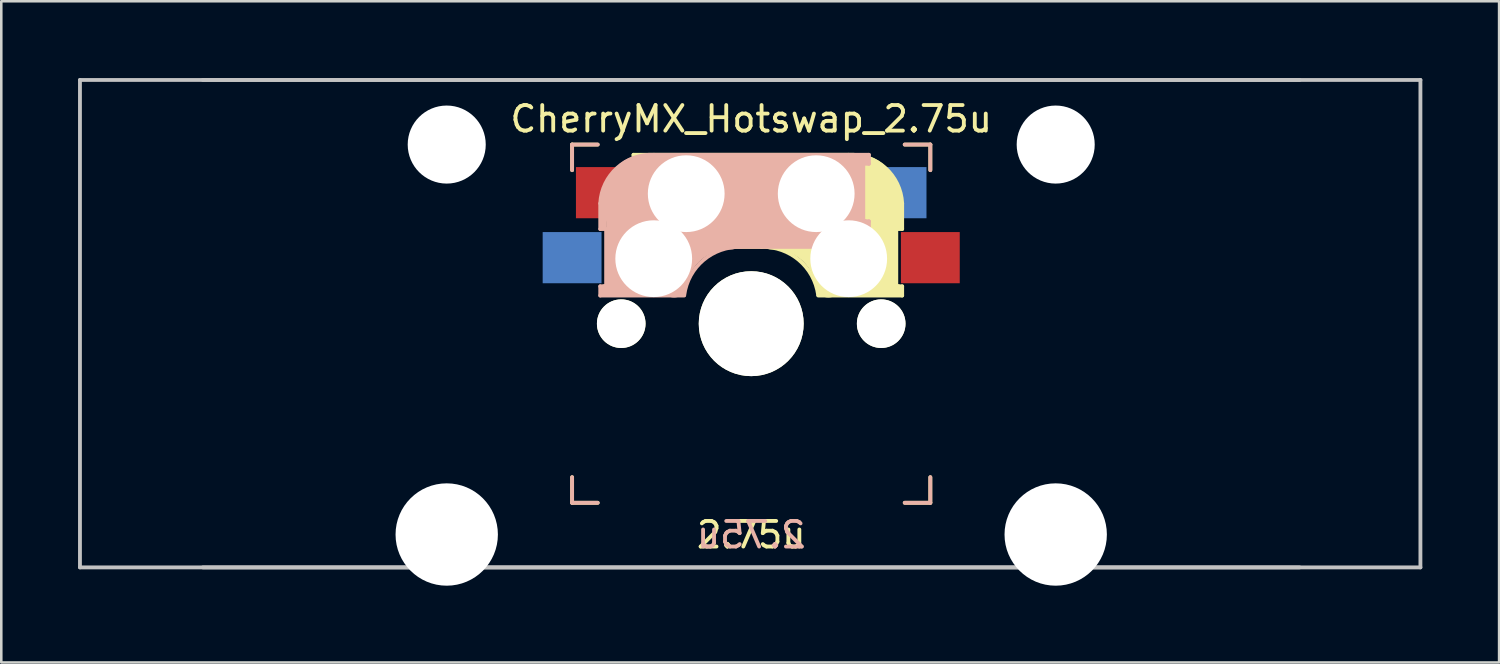
<source format=kicad_pcb>
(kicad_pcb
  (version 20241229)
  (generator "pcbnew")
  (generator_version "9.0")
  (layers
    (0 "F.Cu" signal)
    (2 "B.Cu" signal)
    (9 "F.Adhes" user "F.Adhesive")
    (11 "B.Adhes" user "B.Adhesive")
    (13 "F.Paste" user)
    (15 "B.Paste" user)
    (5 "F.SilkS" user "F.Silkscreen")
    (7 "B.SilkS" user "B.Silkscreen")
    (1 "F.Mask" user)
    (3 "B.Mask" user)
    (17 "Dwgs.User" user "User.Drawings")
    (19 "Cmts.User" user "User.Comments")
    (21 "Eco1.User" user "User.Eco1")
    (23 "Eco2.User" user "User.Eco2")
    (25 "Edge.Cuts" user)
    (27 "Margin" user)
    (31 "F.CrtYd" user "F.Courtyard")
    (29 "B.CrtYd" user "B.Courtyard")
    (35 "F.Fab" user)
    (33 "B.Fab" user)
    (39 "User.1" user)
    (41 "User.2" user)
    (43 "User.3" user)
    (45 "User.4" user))
  (footprint "CherryMX_Hotswap_2.75u"
    (layer "F.Cu")
    (at 26.309 9.6)
    (property "Reference" "CherryMX_Hotswap_2.75u" (at 0 -8 0) (layer "F.SilkS") (effects (font (size 1 1) (thickness 0.15))))
    (attr through_hole)
    (fp_line (start -7 -7) (end -6 -7) (stroke (width 0.15) (type solid)) (layer "F.SilkS"))
    (fp_line (start -7 -6) (end -7 -7) (stroke (width 0.15) (type solid)) (layer "F.SilkS"))
    (fp_line (start -7 6) (end -7 7) (stroke (width 0.15) (type solid)) (layer "F.SilkS"))
    (fp_line (start -7 7) (end -6 7) (stroke (width 0.15) (type solid)) (layer "F.SilkS"))
    (fp_line (start -4.6 -6.6) (end 3.8 -6.6) (stroke (width 0.15) (type solid)) (layer "F.SilkS"))
    (fp_line (start -4.6 -6.25) (end -4.6 -6.6) (stroke (width 0.15) (type solid)) (layer "F.SilkS"))
    (fp_line (start -4.6 -4) (end -4.4 -4) (stroke (width 0.15) (type solid)) (layer "F.SilkS"))
    (fp_line (start -4.6 -3) (end -4.6 -4) (stroke (width 0.15) (type solid)) (layer "F.SilkS"))
    (fp_line (start -4.4 -6.4) (end -3 -6.4) (stroke (width 0.4) (type solid)) (layer "F.SilkS"))
    (fp_line (start -4.4 -6.25) (end -4.6 -6.25) (stroke (width 0.15) (type solid)) (layer "F.SilkS"))
    (fp_line (start -4.4 -3.9) (end -4.4 -3.2) (stroke (width 0.4) (type solid)) (layer "F.SilkS"))
    (fp_line (start -4.38 -4) (end -4.38 -6.25) (stroke (width 0.15) (type solid)) (layer "F.SilkS"))
    (fp_line (start -4.3 -3.3) (end -2.9 -3.3) (stroke (width 0.5) (type solid)) (layer "F.SilkS"))
    (fp_line (start -3.9 -6) (end -3.9 -3.5) (stroke (width 1) (type solid)) (layer "F.SilkS"))
    (fp_line (start -2.6 -4.8) (end 4.1 -4.8) (stroke (width 3.5) (type solid)) (layer "F.SilkS"))
    (fp_line (start 0.4 -3) (end -4.6 -3) (stroke (width 0.15) (type solid)) (layer "F.SilkS"))
    (fp_line (start 4.17 -5.1) (end 4.17 -2.86) (stroke (width 3) (type solid)) (layer "F.SilkS"))
    (fp_line (start 5.3 -1.6) (end 5.3 -3.4) (stroke (width 0.8) (type solid)) (layer "F.SilkS"))
    (fp_line (start 5.67 -3.7) (end 5.67 -1.46) (stroke (width 0.15) (type solid)) (layer "F.SilkS"))
    (fp_line (start 5.7 -1.46) (end 5.9 -1.46) (stroke (width 0.15) (type solid)) (layer "F.SilkS"))
    (fp_line (start 5.7 -1.3) (end 3 -1.3) (stroke (width 0.5) (type solid)) (layer "F.SilkS"))
    (fp_line (start 5.8 -3.8) (end 5.8 -4.7) (stroke (width 0.3) (type solid)) (layer "F.SilkS"))
    (fp_line (start 5.9 -4.7) (end 5.9 -3.7) (stroke (width 0.15) (type solid)) (layer "F.SilkS"))
    (fp_line (start 5.9 -3.7) (end 5.7 -3.7) (stroke (width 0.15) (type solid)) (layer "F.SilkS"))
    (fp_line (start 5.9 -1.1) (end 2.62 -1.1) (stroke (width 0.15) (type solid)) (layer "F.SilkS"))
    (fp_line (start 5.9 -1.1) (end 5.9 -1.46) (stroke (width 0.15) (type solid)) (layer "F.SilkS"))
    (fp_line (start 6 7) (end 7 7) (stroke (width 0.15) (type solid)) (layer "F.SilkS"))
    (fp_line (start 7 -7) (end 6 -7) (stroke (width 0.15) (type solid)) (layer "F.SilkS"))
    (fp_line (start 7 -7) (end 7 -6) (stroke (width 0.15) (type solid)) (layer "F.SilkS"))
    (fp_line (start 7 7) (end 7 6) (stroke (width 0.15) (type solid)) (layer "F.SilkS"))
    (fp_arc (start 0.4 -3) (mid 1.868709 -2.486118) (end 2.616318 -1.121471) (stroke (width 0.15) (type solid)) (layer "F.SilkS"))
    (fp_arc (start 0.8 -3.4) (mid 2.268709 -2.886118) (end 3.016318 -1.521471) (stroke (width 1) (type solid)) (layer "F.SilkS"))
    (fp_arc (start 3.8 -6.600001) (mid 5.243504 -6.084925) (end 5.900001 -4.7) (stroke (width 0.15) (type solid)) (layer "F.SilkS"))
    (fp_line (start -7 -7) (end -6 -7) (stroke (width 0.15) (type solid)) (layer "B.SilkS"))
    (fp_line (start -7 -6) (end -7 -7) (stroke (width 0.15) (type solid)) (layer "B.SilkS"))
    (fp_line (start -7 6) (end -7 7) (stroke (width 0.15) (type solid)) (layer "B.SilkS"))
    (fp_line (start -7 7) (end -6 7) (stroke (width 0.15) (type solid)) (layer "B.SilkS"))
    (fp_line (start -5.9 -4.7) (end -5.9 -3.7) (stroke (width 0.15) (type solid)) (layer "B.SilkS"))
    (fp_line (start -5.9 -3.7) (end -5.7 -3.7) (stroke (width 0.15) (type solid)) (layer "B.SilkS"))
    (fp_line (start -5.9 -1.1) (end -5.9 -1.46) (stroke (width 0.15) (type solid)) (layer "B.SilkS"))
    (fp_line (start -5.9 -1.1) (end -2.62 -1.1) (stroke (width 0.15) (type solid)) (layer "B.SilkS"))
    (fp_line (start -5.8 -3.8) (end -5.8 -4.7) (stroke (width 0.3) (type solid)) (layer "B.SilkS"))
    (fp_line (start -5.7 -1.46) (end -5.9 -1.46) (stroke (width 0.15) (type solid)) (layer "B.SilkS"))
    (fp_line (start -5.7 -1.3) (end -3 -1.3) (stroke (width 0.5) (type solid)) (layer "B.SilkS"))
    (fp_line (start -5.67 -3.7) (end -5.67 -1.46) (stroke (width 0.15) (type solid)) (layer "B.SilkS"))
    (fp_line (start -5.3 -1.6) (end -5.3 -3.4) (stroke (width 0.8) (type solid)) (layer "B.SilkS"))
    (fp_line (start -4.17 -5.1) (end -4.17 -2.86) (stroke (width 3) (type solid)) (layer "B.SilkS"))
    (fp_line (start -0.4 -3) (end 4.6 -3) (stroke (width 0.15) (type solid)) (layer "B.SilkS"))
    (fp_line (start 2.6 -4.8) (end -4.1 -4.8) (stroke (width 3.5) (type solid)) (layer "B.SilkS"))
    (fp_line (start 3.9 -6) (end 3.9 -3.5) (stroke (width 1) (type solid)) (layer "B.SilkS"))
    (fp_line (start 4.3 -3.3) (end 2.9 -3.3) (stroke (width 0.5) (type solid)) (layer "B.SilkS"))
    (fp_line (start 4.38 -4) (end 4.38 -6.25) (stroke (width 0.15) (type solid)) (layer "B.SilkS"))
    (fp_line (start 4.4 -6.4) (end 3 -6.4) (stroke (width 0.4) (type solid)) (layer "B.SilkS"))
    (fp_line (start 4.4 -6.25) (end 4.6 -6.25) (stroke (width 0.15) (type solid)) (layer "B.SilkS"))
    (fp_line (start 4.4 -3.9) (end 4.4 -3.2) (stroke (width 0.4) (type solid)) (layer "B.SilkS"))
    (fp_line (start 4.6 -6.6) (end -3.8 -6.6) (stroke (width 0.15) (type solid)) (layer "B.SilkS"))
    (fp_line (start 4.6 -6.25) (end 4.6 -6.6) (stroke (width 0.15) (type solid)) (layer "B.SilkS"))
    (fp_line (start 4.6 -4) (end 4.4 -4) (stroke (width 0.15) (type solid)) (layer "B.SilkS"))
    (fp_line (start 4.6 -3) (end 4.6 -4) (stroke (width 0.15) (type solid)) (layer "B.SilkS"))
    (fp_line (start 6 7) (end 7 7) (stroke (width 0.15) (type solid)) (layer "B.SilkS"))
    (fp_line (start 7 -7) (end 6 -7) (stroke (width 0.15) (type solid)) (layer "B.SilkS"))
    (fp_line (start 7 -7) (end 7 -6) (stroke (width 0.15) (type solid)) (layer "B.SilkS"))
    (fp_line (start 7 7) (end 7 6) (stroke (width 0.15) (type solid)) (layer "B.SilkS"))
    (fp_arc (start -5.9 -4.699999) (mid -5.243504 -6.084924) (end -3.800001 -6.6) (stroke (width 0.15) (type solid)) (layer "B.SilkS"))
    (fp_arc (start -3.016318 -1.521471) (mid -2.268709 -2.886118) (end -0.8 -3.4) (stroke (width 1) (type solid)) (layer "B.SilkS"))
    (fp_arc (start -2.616318 -1.121471) (mid -1.868709 -2.486118) (end -0.4 -3) (stroke (width 0.15) (type solid)) (layer "B.SilkS"))
    (fp_line (start -26.234 -9.525) (end 26.154 -9.525) (stroke (width 0.15) (type solid)) (layer "Dwgs.User"))
    (fp_line (start -26.234 9.525) (end -26.234 -9.525) (stroke (width 0.15) (type solid)) (layer "Dwgs.User"))
    (fp_line (start -21.431 -9.525) (end 21.431 -9.525) (stroke (width 0.15) (type solid)) (layer "Dwgs.User"))
    (fp_line (start 21.431 9.525) (end -21.431 9.525) (stroke (width 0.15) (type solid)) (layer "Dwgs.User"))
    (fp_line (start 26.154 -9.525) (end 26.154 9.525) (stroke (width 0.15) (type solid)) (layer "Dwgs.User"))
    (fp_line (start 26.154 9.525) (end -26.234 9.525) (stroke (width 0.15) (type solid)) (layer "Dwgs.User"))
    (fp_text user "2.75u" (at 0 8.255 0) (layer "F.SilkS") (effects (font (size 1 1) (thickness 0.15))))
    (fp_text user "2.75u" (at 0 8.255 0) (layer "B.SilkS") (effects (font (size 1 1) (thickness 0.15)) (justify mirror)))
    (pad "" np_thru_hole circle (at -11.9 -7) (size 3.05 3.05) (drill 3.05) (layers "*.Cu" "*.Mask"))
    (pad "" np_thru_hole circle (at -11.9 8.24) (size 4 4) (drill 4) (layers "*.Cu" "*.Mask"))
    (pad "" np_thru_hole circle (at -5.08 0) (size 1.9 1.9) (drill 1.9) (layers "*.Cu" "*.Mask" "F.SilkS"))
    (pad "" np_thru_hole circle (at -3.81 -2.54 180) (size 3 3) (drill 3) (layers "*.Cu" "*.Mask"))
    (pad "" np_thru_hole circle (at -2.54 -5.08 180) (size 3 3) (drill 3) (layers "*.Cu" "*.Mask"))
    (pad "" np_thru_hole circle (at 0 0 90) (size 4.1 4.1) (drill 4.1) (layers "*.Cu" "*.Mask" "F.SilkS"))
    (pad "" np_thru_hole circle (at 2.54 -5.08 180) (size 3 3) (drill 3) (layers "*.Cu" "*.Mask"))
    (pad "" np_thru_hole circle (at 3.81 -2.54 180) (size 3 3) (drill 3) (layers "*.Cu" "*.Mask"))
    (pad "" np_thru_hole circle (at 5.08 0) (size 1.9 1.9) (drill 1.9) (layers "*.Cu" "*.Mask" "F.SilkS"))
    (pad "" np_thru_hole circle (at 11.9 -7) (size 3.05 3.05) (drill 3.05) (layers "*.Cu" "*.Mask"))
    (pad "" np_thru_hole circle (at 11.9 8.24) (size 4 4) (drill 4) (layers "*.Cu" "*.Mask"))
    (pad "1" smd rect (at -7 -2.58 180) (size 2.3 2) (layers "B.Cu" "B.Mask" "B.Paste"))
    (pad "1" smd rect (at 7 -2.58 180) (size 2.3 2) (layers "F.Cu" "F.Mask" "F.Paste"))
    (pad "2" smd rect (at -5.7 -5.12 180) (size 2.3 2) (layers "F.Cu" "F.Mask" "F.Paste"))
    (pad "2" smd rect (at 5.7 -5.12 180) (size 2.3 2) (layers "B.Cu" "B.Mask" "B.Paste")))
  (gr_rect
    (start -3 -3)
    (end 55.538 22.84)
    (stroke (width 0.1) (type default))
    (fill no)
    (layer "Edge.Cuts")))
</source>
